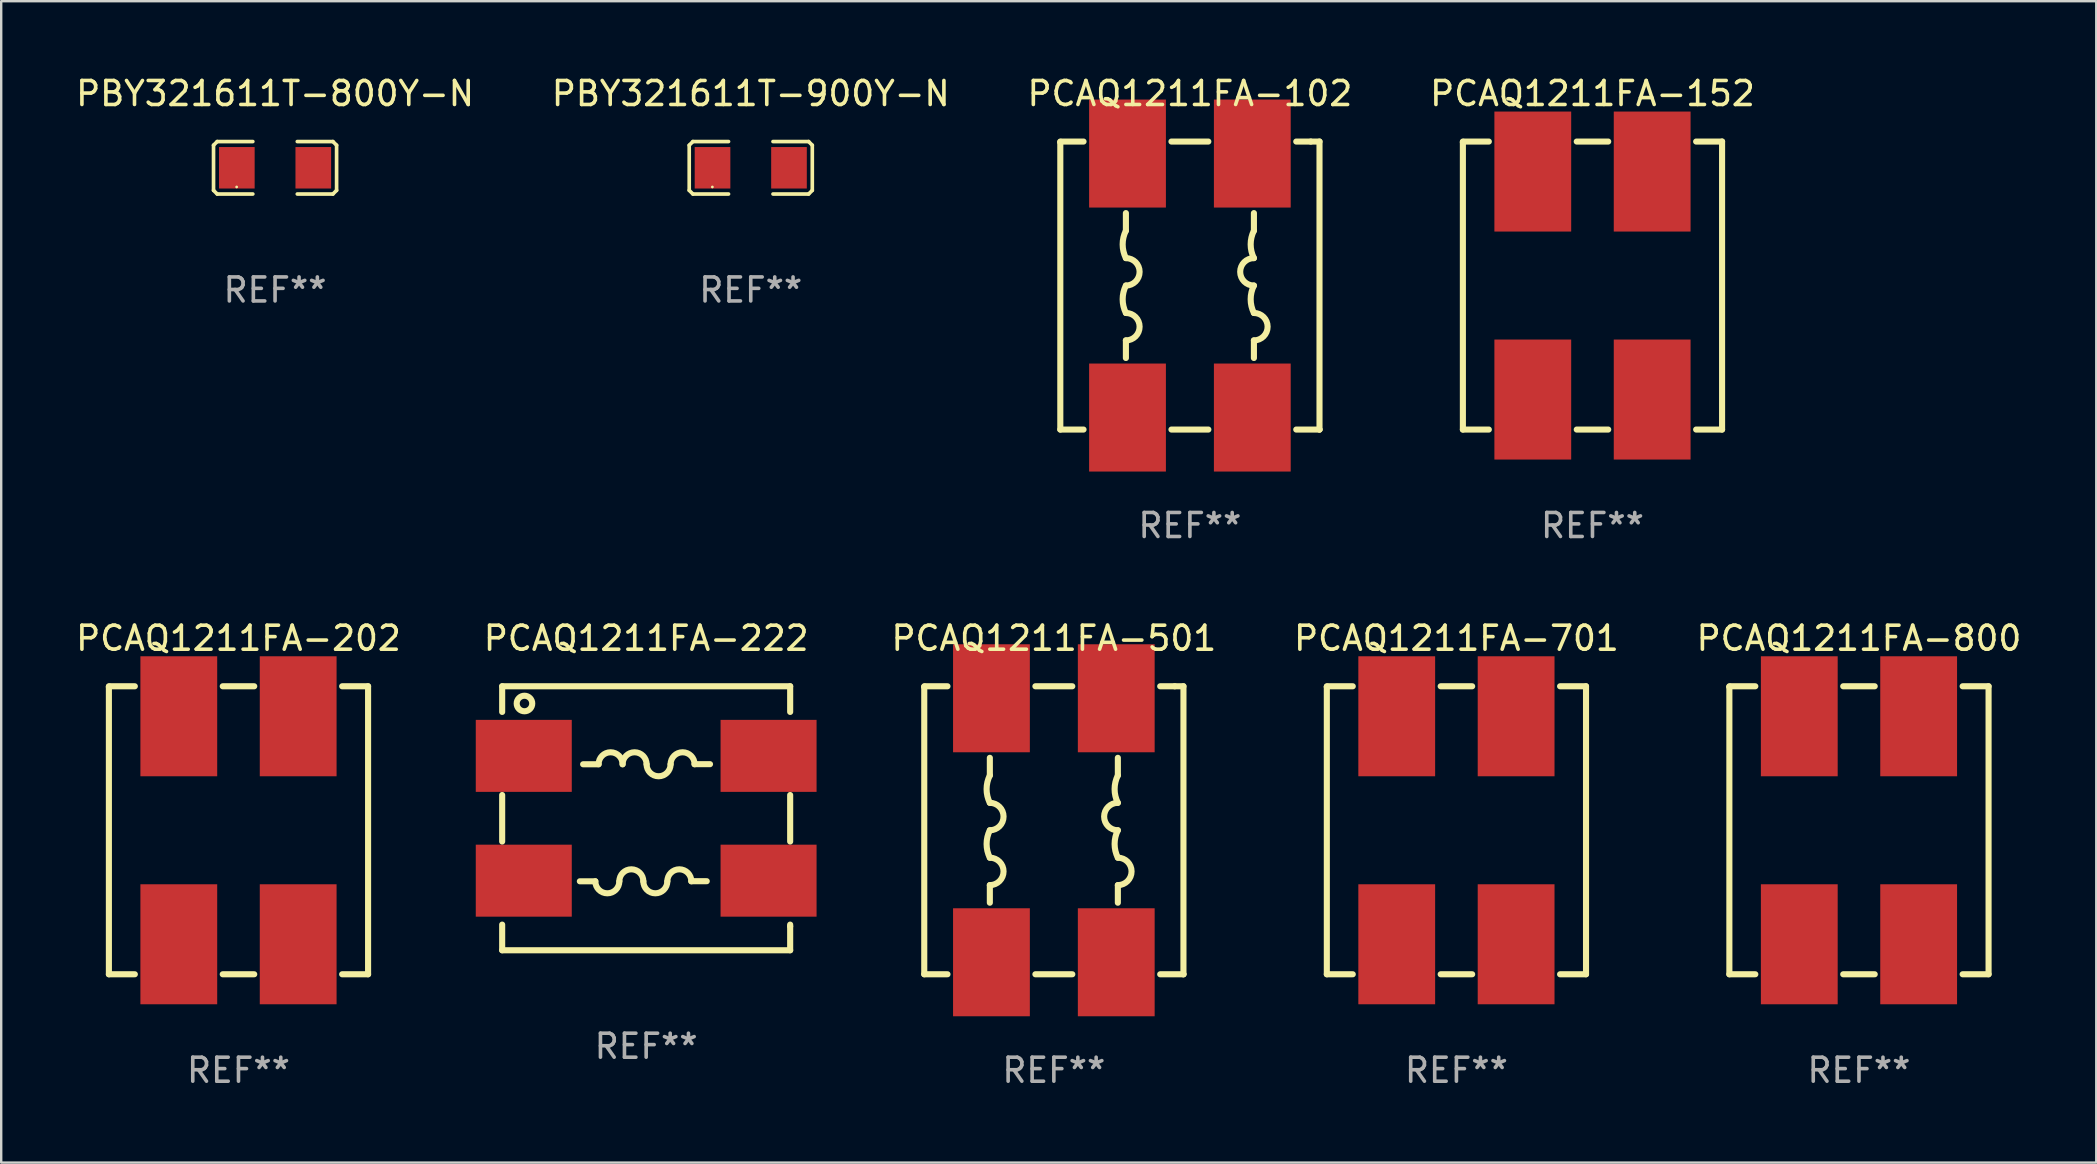
<source format=kicad_pcb>
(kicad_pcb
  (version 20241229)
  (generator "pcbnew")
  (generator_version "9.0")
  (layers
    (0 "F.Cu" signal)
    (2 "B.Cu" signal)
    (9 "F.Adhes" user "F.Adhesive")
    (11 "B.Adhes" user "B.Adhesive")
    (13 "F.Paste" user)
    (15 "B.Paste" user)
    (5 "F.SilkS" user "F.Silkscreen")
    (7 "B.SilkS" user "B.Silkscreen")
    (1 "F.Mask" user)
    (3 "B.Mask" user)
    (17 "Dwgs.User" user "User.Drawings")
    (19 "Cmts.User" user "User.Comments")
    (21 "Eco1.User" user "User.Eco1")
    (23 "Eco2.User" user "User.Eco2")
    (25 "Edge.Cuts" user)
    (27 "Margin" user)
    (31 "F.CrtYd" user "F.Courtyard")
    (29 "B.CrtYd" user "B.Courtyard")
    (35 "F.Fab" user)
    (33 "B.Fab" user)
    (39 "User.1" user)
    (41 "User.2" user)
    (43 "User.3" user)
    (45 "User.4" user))
  (footprint "PCAQ1211FA-701"
    (layer "F.Cu")
    (at 57.635 31.545)
    (property "Reference" "PCAQ1211FA-701" (at 0 -8 0) (layer "F.SilkS") (effects (font (size 1 1) (thickness 0.15))))
    (attr through_hole)
    (fp_line (start -5.4 -6) (end -4.319 -6) (stroke (width 0.254) (type solid)) (layer "F.SilkS"))
    (fp_line (start -5.4 -5.97) (end -5.38 -5.99) (stroke (width 0.254) (type solid)) (layer "F.SilkS"))
    (fp_line (start -5.4 6) (end -5.4 -5.97) (stroke (width 0.254) (type solid)) (layer "F.SilkS"))
    (fp_line (start -4.319 6) (end -5.4 6) (stroke (width 0.254) (type solid)) (layer "F.SilkS"))
    (fp_line (start -0.656 -6) (end 0.656 -6) (stroke (width 0.254) (type solid)) (layer "F.SilkS"))
    (fp_line (start 0.656 6) (end -0.656 6) (stroke (width 0.254) (type solid)) (layer "F.SilkS"))
    (fp_line (start 4.319 -6) (end 5.4 -6) (stroke (width 0.254) (type solid)) (layer "F.SilkS"))
    (fp_line (start 5.4 -6) (end 5.4 6) (stroke (width 0.254) (type solid)) (layer "F.SilkS"))
    (fp_line (start 5.4 6) (end 4.319 6) (stroke (width 0.254) (type solid)) (layer "F.SilkS"))
    (fp_circle (center -5.4 6) (end -5.37 6) (stroke (width 0.06) (type solid)) (fill no) (layer "F.SilkS"))
    (fp_text user "REF**" (at 0 10 0) (layer "F.Fab") (effects (font (size 1 1) (thickness 0.15))))
    (pad "1" smd rect (at -2.487 4.75 90) (size 5 3.2) (layers "F.Cu" "F.Mask" "F.Paste"))
    (pad "2" smd rect (at 2.487 4.75 90) (size 5 3.2) (layers "F.Cu" "F.Mask" "F.Paste"))
    (pad "3" smd rect (at 2.487 -4.75 90) (size 5 3.2) (layers "F.Cu" "F.Mask" "F.Paste"))
    (pad "4" smd rect (at -2.487 -4.75 90) (size 5 3.2) (layers "F.Cu" "F.Mask" "F.Paste")))
  (footprint "PCAQ1211FA-202"
    (layer "F.Cu")
    (at 6.887 31.545)
    (property "Reference" "PCAQ1211FA-202" (at 0 -8 0) (layer "F.SilkS") (effects (font (size 1 1) (thickness 0.15))))
    (attr through_hole)
    (fp_line (start -5.4 -6) (end -4.319 -6) (stroke (width 0.254) (type solid)) (layer "F.SilkS"))
    (fp_line (start -5.4 -5.97) (end -5.38 -5.99) (stroke (width 0.254) (type solid)) (layer "F.SilkS"))
    (fp_line (start -5.4 6) (end -5.4 -5.97) (stroke (width 0.254) (type solid)) (layer "F.SilkS"))
    (fp_line (start -4.319 6) (end -5.4 6) (stroke (width 0.254) (type solid)) (layer "F.SilkS"))
    (fp_line (start -0.656 -6) (end 0.656 -6) (stroke (width 0.254) (type solid)) (layer "F.SilkS"))
    (fp_line (start 0.656 6) (end -0.656 6) (stroke (width 0.254) (type solid)) (layer "F.SilkS"))
    (fp_line (start 4.319 -6) (end 5.4 -6) (stroke (width 0.254) (type solid)) (layer "F.SilkS"))
    (fp_line (start 5.4 -6) (end 5.4 6) (stroke (width 0.254) (type solid)) (layer "F.SilkS"))
    (fp_line (start 5.4 6) (end 4.319 6) (stroke (width 0.254) (type solid)) (layer "F.SilkS"))
    (fp_circle (center -5.4 6) (end -5.37 6) (stroke (width 0.06) (type solid)) (fill no) (layer "F.SilkS"))
    (fp_text user "REF**" (at 0 10 0) (layer "F.Fab") (effects (font (size 1 1) (thickness 0.15))))
    (pad "1" smd rect (at -2.487 4.75 90) (size 5 3.2) (layers "F.Cu" "F.Mask" "F.Paste"))
    (pad "2" smd rect (at 2.487 4.75 90) (size 5 3.2) (layers "F.Cu" "F.Mask" "F.Paste"))
    (pad "3" smd rect (at 2.487 -4.75 90) (size 5 3.2) (layers "F.Cu" "F.Mask" "F.Paste"))
    (pad "4" smd rect (at -2.487 -4.75 90) (size 5 3.2) (layers "F.Cu" "F.Mask" "F.Paste")))
  (footprint "PCAQ1211FA-222"
    (layer "F.Cu")
    (at 23.874 31.045)
    (property "Reference" "PCAQ1211FA-222" (at 0 -7.5 0) (layer "F.SilkS") (effects (font (size 1 1) (thickness 0.15))))
    (attr through_hole)
    (fp_line (start -6 -5.5) (end 6 -5.5) (stroke (width 0.254) (type solid)) (layer "F.SilkS"))
    (fp_line (start -6 -4.431) (end -6 -5.5) (stroke (width 0.254) (type solid)) (layer "F.SilkS"))
    (fp_line (start -6 0.969) (end -6 -0.969) (stroke (width 0.254) (type solid)) (layer "F.SilkS"))
    (fp_line (start -6 5.5) (end -6 4.431) (stroke (width 0.254) (type solid)) (layer "F.SilkS"))
    (fp_line (start -2.118 2.626) (end -2.763 2.626) (stroke (width 0.254) (type solid)) (layer "F.SilkS"))
    (fp_line (start -1.983 -2.25) (end -2.627 -2.25) (stroke (width 0.254) (type solid)) (layer "F.SilkS"))
    (fp_line (start 2.524 2.622) (end 1.88 2.622) (stroke (width 0.254) (type solid)) (layer "F.SilkS"))
    (fp_line (start 2.66 -2.254) (end 2.015 -2.254) (stroke (width 0.254) (type solid)) (layer "F.SilkS"))
    (fp_line (start 6 -5.5) (end 6 -4.431) (stroke (width 0.254) (type solid)) (layer "F.SilkS"))
    (fp_line (start 6 -0.969) (end 6 0.969) (stroke (width 0.254) (type solid)) (layer "F.SilkS"))
    (fp_line (start 6 4.431) (end 6 4.5) (stroke (width 0.254) (type solid)) (layer "F.SilkS"))
    (fp_line (start 6 4.5) (end 6 5.5) (stroke (width 0.254) (type solid)) (layer "F.SilkS"))
    (fp_line (start 6 5.5) (end -6 5.5) (stroke (width 0.254) (type solid)) (layer "F.SilkS"))
    (fp_arc (start -1.982588 -2.249975) (mid -1.482588 -2.749975) (end -0.982588 -2.249975) (stroke (width 0.254001) (type solid)) (layer "F.SilkS"))
    (fp_arc (start -1.118148 2.626454) (mid -1.618148 3.126454) (end -2.118148 2.626454) (stroke (width 0.254001) (type solid)) (layer "F.SilkS"))
    (fp_arc (start -1.118148 2.626454) (mid -0.618148 2.126454) (end -0.118148 2.626454) (stroke (width 0.254001) (type solid)) (layer "F.SilkS"))
    (fp_arc (start -0.982588 -2.249975) (mid -0.482588 -2.749975) (end 0.017412 -2.249975) (stroke (width 0.254001) (type solid)) (layer "F.SilkS"))
    (fp_arc (start 0.881852 2.626454) (mid 0.381852 3.126454) (end -0.118148 2.626454) (stroke (width 0.254001) (type solid)) (layer "F.SilkS"))
    (fp_arc (start 0.881852 2.626454) (mid 1.381852 2.126454) (end 1.881852 2.626454) (stroke (width 0.254001) (type solid)) (layer "F.SilkS"))
    (fp_arc (start 1.017412 -2.249975) (mid 0.517412 -1.749975) (end 0.017412 -2.249975) (stroke (width 0.254001) (type solid)) (layer "F.SilkS"))
    (fp_arc (start 1.017412 -2.249975) (mid 1.517412 -2.749975) (end 2.017412 -2.249975) (stroke (width 0.254001) (type solid)) (layer "F.SilkS"))
    (fp_circle (center -6 -5.4) (end -5.97 -5.4) (stroke (width 0.06) (type solid)) (fill no) (layer "F.SilkS"))
    (fp_circle (center -5.071 -4.782) (end -4.747 -4.782) (stroke (width 0.254) (type solid)) (fill no) (layer "F.SilkS"))
    (fp_text user "REF**" (at 0 9.5 0) (layer "F.Fab") (effects (font (size 1 1) (thickness 0.15))))
    (pad "1" smd rect (at -5.1 -2.6) (size 4 3) (layers "F.Cu" "F.Mask" "F.Paste"))
    (pad "2" smd rect (at -5.1 2.6) (size 4 3) (layers "F.Cu" "F.Mask" "F.Paste"))
    (pad "3" smd rect (at 5.1 2.6) (size 4 3) (layers "F.Cu" "F.Mask" "F.Paste"))
    (pad "4" smd rect (at 5.1 -2.6) (size 4 3) (layers "F.Cu" "F.Mask" "F.Paste")))
  (footprint "PCAQ1211FA-152"
    (layer "F.Cu")
    (at 63.304 8.848)
    (property "Reference" "PCAQ1211FA-152" (at 0 -8 0) (layer "F.SilkS") (effects (font (size 1 1) (thickness 0.15))))
    (attr through_hole)
    (fp_line (start -5.4 -6) (end -4.319 -6) (stroke (width 0.254) (type solid)) (layer "F.SilkS"))
    (fp_line (start -5.4 -5.97) (end -5.38 -5.99) (stroke (width 0.254) (type solid)) (layer "F.SilkS"))
    (fp_line (start -5.4 6) (end -5.4 -5.97) (stroke (width 0.254) (type solid)) (layer "F.SilkS"))
    (fp_line (start -4.319 6) (end -5.4 6) (stroke (width 0.254) (type solid)) (layer "F.SilkS"))
    (fp_line (start -0.656 -6) (end 0.656 -6) (stroke (width 0.254) (type solid)) (layer "F.SilkS"))
    (fp_line (start 0.656 6) (end -0.656 6) (stroke (width 0.254) (type solid)) (layer "F.SilkS"))
    (fp_line (start 4.319 -6) (end 5.4 -6) (stroke (width 0.254) (type solid)) (layer "F.SilkS"))
    (fp_line (start 5.4 -6) (end 5.4 6) (stroke (width 0.254) (type solid)) (layer "F.SilkS"))
    (fp_line (start 5.4 6) (end 4.319 6) (stroke (width 0.254) (type solid)) (layer "F.SilkS"))
    (fp_circle (center -5.4 6) (end -5.37 6) (stroke (width 0.06) (type solid)) (fill no) (layer "F.SilkS"))
    (fp_text user "REF**" (at 0 10 0) (layer "F.Fab") (effects (font (size 1 1) (thickness 0.15))))
    (pad "1" smd rect (at -2.487 4.75 90) (size 5 3.2) (layers "F.Cu" "F.Mask" "F.Paste"))
    (pad "2" smd rect (at 2.487 4.75 90) (size 5 3.2) (layers "F.Cu" "F.Mask" "F.Paste"))
    (pad "3" smd rect (at 2.487 -4.75 90) (size 5 3.2) (layers "F.Cu" "F.Mask" "F.Paste"))
    (pad "4" smd rect (at -2.487 -4.75 90) (size 5 3.2) (layers "F.Cu" "F.Mask" "F.Paste")))
  (footprint "PBY321611T-800Y-N"
    (layer "F.Cu")
    (at 8.411 3.941)
    (property "Reference" "PBY321611T-800Y-N" (at 0 -3.093 0) (layer "F.SilkS") (effects (font (size 1 1) (thickness 0.15))))
    (attr through_hole)
    (fp_line (start -2.564 -0.94) (end -2.411 -1.093) (stroke (width 0.152) (type solid)) (layer "F.SilkS"))
    (fp_line (start -2.564 0.94) (end -2.564 -0.94) (stroke (width 0.152) (type solid)) (layer "F.SilkS"))
    (fp_line (start -2.411 -1.093) (end -0.926 -1.093) (stroke (width 0.152) (type solid)) (layer "F.SilkS"))
    (fp_line (start -2.411 1.093) (end -2.564 0.94) (stroke (width 0.152) (type solid)) (layer "F.SilkS"))
    (fp_line (start -0.926 1.093) (end -2.411 1.093) (stroke (width 0.152) (type solid)) (layer "F.SilkS"))
    (fp_line (start 0.926 1.093) (end 2.411 1.093) (stroke (width 0.152) (type solid)) (layer "F.SilkS"))
    (fp_line (start 2.411 -1.093) (end 0.926 -1.093) (stroke (width 0.152) (type solid)) (layer "F.SilkS"))
    (fp_line (start 2.411 1.093) (end 2.564 0.94) (stroke (width 0.152) (type solid)) (layer "F.SilkS"))
    (fp_line (start 2.564 -0.94) (end 2.411 -1.093) (stroke (width 0.152) (type solid)) (layer "F.SilkS"))
    (fp_line (start 2.564 0.94) (end 2.564 -0.94) (stroke (width 0.152) (type solid)) (layer "F.SilkS"))
    (fp_circle (center -1.6 0.8) (end -1.57 0.8) (stroke (width 0.06) (type solid)) (fill no) (layer "F.SilkS"))
    (fp_text user "REF**" (at 0 5.093 0) (layer "F.Fab") (effects (font (size 1 1) (thickness 0.15))))
    (pad "1" smd rect (at -1.593 0) (size 1.485 1.728) (layers "F.Cu" "F.Mask" "F.Paste"))
    (pad "2" smd rect (at 1.593 0) (size 1.485 1.728) (layers "F.Cu" "F.Mask" "F.Paste")))
  (footprint "PBY321611T-900Y-N"
    (layer "F.Cu")
    (at 28.232 3.941)
    (property "Reference" "PBY321611T-900Y-N" (at 0 -3.093 0) (layer "F.SilkS") (effects (font (size 1 1) (thickness 0.15))))
    (attr through_hole)
    (fp_line (start -2.564 -0.94) (end -2.411 -1.093) (stroke (width 0.152) (type solid)) (layer "F.SilkS"))
    (fp_line (start -2.564 0.94) (end -2.564 -0.94) (stroke (width 0.152) (type solid)) (layer "F.SilkS"))
    (fp_line (start -2.411 -1.093) (end -0.926 -1.093) (stroke (width 0.152) (type solid)) (layer "F.SilkS"))
    (fp_line (start -2.411 1.093) (end -2.564 0.94) (stroke (width 0.152) (type solid)) (layer "F.SilkS"))
    (fp_line (start -0.926 1.093) (end -2.411 1.093) (stroke (width 0.152) (type solid)) (layer "F.SilkS"))
    (fp_line (start 0.926 1.093) (end 2.411 1.093) (stroke (width 0.152) (type solid)) (layer "F.SilkS"))
    (fp_line (start 2.411 -1.093) (end 0.926 -1.093) (stroke (width 0.152) (type solid)) (layer "F.SilkS"))
    (fp_line (start 2.411 1.093) (end 2.564 0.94) (stroke (width 0.152) (type solid)) (layer "F.SilkS"))
    (fp_line (start 2.564 -0.94) (end 2.411 -1.093) (stroke (width 0.152) (type solid)) (layer "F.SilkS"))
    (fp_line (start 2.564 0.94) (end 2.564 -0.94) (stroke (width 0.152) (type solid)) (layer "F.SilkS"))
    (fp_circle (center -1.6 0.8) (end -1.57 0.8) (stroke (width 0.06) (type solid)) (fill no) (layer "F.SilkS"))
    (fp_text user "REF**" (at 0 5.093 0) (layer "F.Fab") (effects (font (size 1 1) (thickness 0.15))))
    (pad "1" smd rect (at -1.593 0) (size 1.485 1.728) (layers "F.Cu" "F.Mask" "F.Paste"))
    (pad "2" smd rect (at 1.593 0) (size 1.485 1.728) (layers "F.Cu" "F.Mask" "F.Paste")))
  (footprint "PCAQ1211FA-501"
    (layer "F.Cu")
    (at 40.861 31.545)
    (property "Reference" "PCAQ1211FA-501" (at 0 -8 0) (layer "F.SilkS") (effects (font (size 1 1) (thickness 0.15))))
    (attr through_hole)
    (fp_line (start -5.4 -5.97) (end -5.38 -5.99) (stroke (width 0.254) (type solid)) (layer "F.SilkS"))
    (fp_line (start -5.4 6) (end -5.4 -5.97) (stroke (width 0.254) (type solid)) (layer "F.SilkS"))
    (fp_line (start -5.4 6) (end -4.432 6) (stroke (width 0.254) (type solid)) (layer "F.SilkS"))
    (fp_line (start -4.432 -6) (end -5.4 -6) (stroke (width 0.254) (type solid)) (layer "F.SilkS"))
    (fp_line (start -2.667 -2.286) (end -2.667 -3.019) (stroke (width 0.254) (type solid)) (layer "F.SilkS"))
    (fp_line (start -2.667 2.286) (end -2.667 3.019) (stroke (width 0.254) (type solid)) (layer "F.SilkS"))
    (fp_line (start -0.769 6) (end 0.769 6) (stroke (width 0.254) (type solid)) (layer "F.SilkS"))
    (fp_line (start 0.768 -6) (end -0.769 -6) (stroke (width 0.254) (type solid)) (layer "F.SilkS"))
    (fp_line (start 2.667 -2.286) (end 2.667 -3.019) (stroke (width 0.254) (type solid)) (layer "F.SilkS"))
    (fp_line (start 2.667 2.286) (end 2.667 3.019) (stroke (width 0.254) (type solid)) (layer "F.SilkS"))
    (fp_line (start 4.431 6) (end 5.4 6) (stroke (width 0.254) (type solid)) (layer "F.SilkS"))
    (fp_line (start 5.037 -6) (end 4.431 -6) (stroke (width 0.254) (type solid)) (layer "F.SilkS"))
    (fp_line (start 5.037 -6) (end 5.4 -6) (stroke (width 0.254) (type solid)) (layer "F.SilkS"))
    (fp_line (start 5.4 6) (end 5.4 5.999) (stroke (width 0.254) (type solid)) (layer "F.SilkS"))
    (fp_line (start 5.4 -6) (end 5.4 5.999) (stroke (width 0.254) (type solid)) (layer "F.SilkS"))
    (fp_arc (start -2.667412 -1.143129) (mid -2.802325 -1.71463) (end -2.667412 -2.286132) (stroke (width 0.254001) (type solid)) (layer "F.SilkS"))
    (fp_arc (start -2.667412 1.14285) (mid -2.802317 0.571374) (end -2.667412 -0.000102) (stroke (width 0.254001) (type solid)) (layer "F.SilkS"))
    (fp_arc (start -2.667411 -1.143128) (mid -2.095911 -0.571614) (end -2.667412 -0.000102) (stroke (width 0.254001) (type solid)) (layer "F.SilkS"))
    (fp_arc (start -2.667411 1.14285) (mid -2.09591 1.714365) (end -2.667412 2.285878) (stroke (width 0.254001) (type solid)) (layer "F.SilkS"))
    (fp_arc (start 2.666598 -1.14313) (mid 2.531685 -1.714631) (end 2.666599 -2.286132) (stroke (width 0.254001) (type solid)) (layer "F.SilkS"))
    (fp_arc (start 2.666599 -0.000127) (mid 2.095098 -0.571628) (end 2.666599 -1.143129) (stroke (width 0.254001) (type solid)) (layer "F.SilkS"))
    (fp_arc (start 2.666599 1.142874) (mid 3.238101 1.714376) (end 2.666599 2.285878) (stroke (width 0.254001) (type solid)) (layer "F.SilkS"))
    (fp_arc (start 2.666599 1.142875) (mid 2.531686 0.571374) (end 2.666599 -0.000127) (stroke (width 0.254001) (type solid)) (layer "F.SilkS"))
    (fp_circle (center -5.4 6) (end -5.37 6) (stroke (width 0.06) (type solid)) (fill no) (layer "F.SilkS"))
    (fp_text user "REF**" (at 0 10 0) (layer "F.Fab") (effects (font (size 1 1) (thickness 0.15))))
    (pad "1" smd rect (at -2.6 5.5) (size 3.2 4.5) (layers "F.Cu" "F.Mask" "F.Paste"))
    (pad "2" smd rect (at 2.6 5.5) (size 3.2 4.5) (layers "F.Cu" "F.Mask" "F.Paste"))
    (pad "3" smd rect (at 2.6 -5.5) (size 3.2 4.5) (layers "F.Cu" "F.Mask" "F.Paste"))
    (pad "4" smd rect (at -2.6 -5.5) (size 3.2 4.5) (layers "F.Cu" "F.Mask" "F.Paste")))
  (footprint "PCAQ1211FA-800"
    (layer "F.Cu")
    (at 74.408 31.545)
    (property "Reference" "PCAQ1211FA-800" (at 0 -8 0) (layer "F.SilkS") (effects (font (size 1 1) (thickness 0.15))))
    (attr through_hole)
    (fp_line (start -5.4 -6) (end -4.319 -6) (stroke (width 0.254) (type solid)) (layer "F.SilkS"))
    (fp_line (start -5.4 -5.97) (end -5.38 -5.99) (stroke (width 0.254) (type solid)) (layer "F.SilkS"))
    (fp_line (start -5.4 6) (end -5.4 -5.97) (stroke (width 0.254) (type solid)) (layer "F.SilkS"))
    (fp_line (start -4.319 6) (end -5.4 6) (stroke (width 0.254) (type solid)) (layer "F.SilkS"))
    (fp_line (start -0.656 -6) (end 0.656 -6) (stroke (width 0.254) (type solid)) (layer "F.SilkS"))
    (fp_line (start 0.656 6) (end -0.656 6) (stroke (width 0.254) (type solid)) (layer "F.SilkS"))
    (fp_line (start 4.319 -6) (end 5.4 -6) (stroke (width 0.254) (type solid)) (layer "F.SilkS"))
    (fp_line (start 5.4 -6) (end 5.4 6) (stroke (width 0.254) (type solid)) (layer "F.SilkS"))
    (fp_line (start 5.4 6) (end 4.319 6) (stroke (width 0.254) (type solid)) (layer "F.SilkS"))
    (fp_circle (center -5.4 6) (end -5.37 6) (stroke (width 0.06) (type solid)) (fill no) (layer "F.SilkS"))
    (fp_text user "REF**" (at 0 10 0) (layer "F.Fab") (effects (font (size 1 1) (thickness 0.15))))
    (pad "1" smd rect (at -2.487 4.75 90) (size 5 3.2) (layers "F.Cu" "F.Mask" "F.Paste"))
    (pad "2" smd rect (at 2.487 4.75 90) (size 5 3.2) (layers "F.Cu" "F.Mask" "F.Paste"))
    (pad "3" smd rect (at 2.487 -4.75 90) (size 5 3.2) (layers "F.Cu" "F.Mask" "F.Paste"))
    (pad "4" smd rect (at -2.487 -4.75 90) (size 5 3.2) (layers "F.Cu" "F.Mask" "F.Paste")))
  (footprint "PCAQ1211FA-102"
    (layer "F.Cu")
    (at 46.53 8.848)
    (property "Reference" "PCAQ1211FA-102" (at 0 -8 0) (layer "F.SilkS") (effects (font (size 1 1) (thickness 0.15))))
    (attr through_hole)
    (fp_line (start -5.4 -5.97) (end -5.38 -5.99) (stroke (width 0.254) (type solid)) (layer "F.SilkS"))
    (fp_line (start -5.4 6) (end -5.4 -5.97) (stroke (width 0.254) (type solid)) (layer "F.SilkS"))
    (fp_line (start -5.4 6) (end -4.432 6) (stroke (width 0.254) (type solid)) (layer "F.SilkS"))
    (fp_line (start -4.432 -6) (end -5.4 -6) (stroke (width 0.254) (type solid)) (layer "F.SilkS"))
    (fp_line (start -2.667 -2.286) (end -2.667 -3.019) (stroke (width 0.254) (type solid)) (layer "F.SilkS"))
    (fp_line (start -2.667 2.286) (end -2.667 3.019) (stroke (width 0.254) (type solid)) (layer "F.SilkS"))
    (fp_line (start -0.769 6) (end 0.769 6) (stroke (width 0.254) (type solid)) (layer "F.SilkS"))
    (fp_line (start 0.768 -6) (end -0.769 -6) (stroke (width 0.254) (type solid)) (layer "F.SilkS"))
    (fp_line (start 2.667 -2.286) (end 2.667 -3.019) (stroke (width 0.254) (type solid)) (layer "F.SilkS"))
    (fp_line (start 2.667 2.286) (end 2.667 3.019) (stroke (width 0.254) (type solid)) (layer "F.SilkS"))
    (fp_line (start 4.431 6) (end 5.4 6) (stroke (width 0.254) (type solid)) (layer "F.SilkS"))
    (fp_line (start 5.037 -6) (end 4.431 -6) (stroke (width 0.254) (type solid)) (layer "F.SilkS"))
    (fp_line (start 5.037 -6) (end 5.4 -6) (stroke (width 0.254) (type solid)) (layer "F.SilkS"))
    (fp_line (start 5.4 6) (end 5.4 5.999) (stroke (width 0.254) (type solid)) (layer "F.SilkS"))
    (fp_line (start 5.4 -6) (end 5.4 5.999) (stroke (width 0.254) (type solid)) (layer "F.SilkS"))
    (fp_arc (start -2.667412 -1.143129) (mid -2.802325 -1.71463) (end -2.667412 -2.286132) (stroke (width 0.254001) (type solid)) (layer "F.SilkS"))
    (fp_arc (start -2.667412 1.14285) (mid -2.802317 0.571374) (end -2.667412 -0.000102) (stroke (width 0.254001) (type solid)) (layer "F.SilkS"))
    (fp_arc (start -2.667411 -1.143128) (mid -2.095911 -0.571614) (end -2.667412 -0.000102) (stroke (width 0.254001) (type solid)) (layer "F.SilkS"))
    (fp_arc (start -2.667411 1.14285) (mid -2.09591 1.714365) (end -2.667412 2.285878) (stroke (width 0.254001) (type solid)) (layer "F.SilkS"))
    (fp_arc (start 2.666598 -1.14313) (mid 2.531685 -1.714631) (end 2.666599 -2.286132) (stroke (width 0.254001) (type solid)) (layer "F.SilkS"))
    (fp_arc (start 2.666599 -0.000127) (mid 2.095098 -0.571628) (end 2.666599 -1.143129) (stroke (width 0.254001) (type solid)) (layer "F.SilkS"))
    (fp_arc (start 2.666599 1.142874) (mid 3.238101 1.714376) (end 2.666599 2.285878) (stroke (width 0.254001) (type solid)) (layer "F.SilkS"))
    (fp_arc (start 2.666599 1.142875) (mid 2.531686 0.571374) (end 2.666599 -0.000127) (stroke (width 0.254001) (type solid)) (layer "F.SilkS"))
    (fp_circle (center -5.4 6) (end -5.37 6) (stroke (width 0.06) (type solid)) (fill no) (layer "F.SilkS"))
    (fp_text user "REF**" (at 0 10 0) (layer "F.Fab") (effects (font (size 1 1) (thickness 0.15))))
    (pad "1" smd rect (at -2.6 5.5) (size 3.2 4.5) (layers "F.Cu" "F.Mask" "F.Paste"))
    (pad "2" smd rect (at 2.6 5.5) (size 3.2 4.5) (layers "F.Cu" "F.Mask" "F.Paste"))
    (pad "3" smd rect (at 2.6 -5.5) (size 3.2 4.5) (layers "F.Cu" "F.Mask" "F.Paste"))
    (pad "4" smd rect (at -2.6 -5.5) (size 3.2 4.5) (layers "F.Cu" "F.Mask" "F.Paste")))
  (gr_rect
    (start -3 -3)
    (end 84.295 45.393)
    (stroke (width 0.1) (type default))
    (fill no)
    (layer "Edge.Cuts")))
</source>
